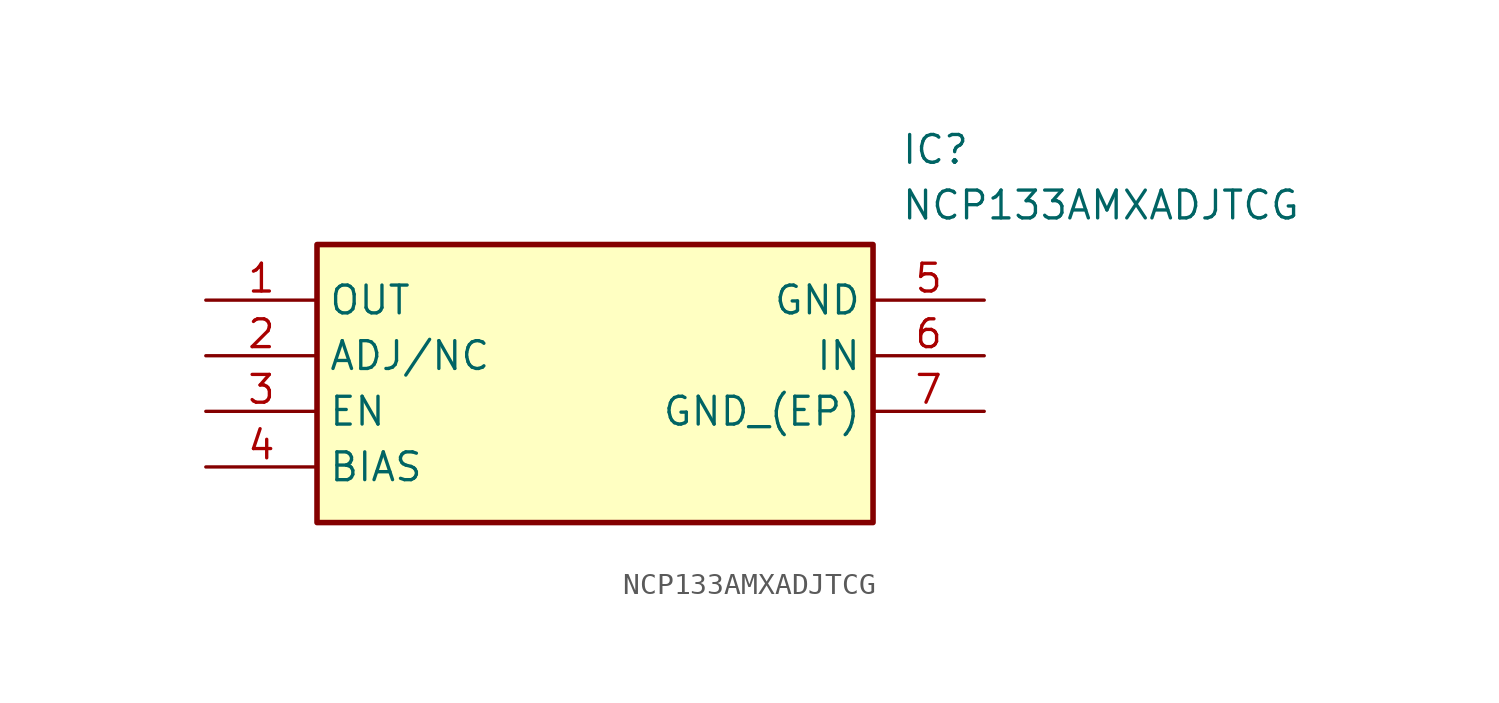
<source format=kicad_sym>
(kicad_symbol_lib
  (version 20231120)
  (generator "kicad_symbol_editor")
  (generator_version "8.0")
  (symbol "NCP133AMXADJTCG"
    (property "Reference" "IC"
      (at 31.75 7.62 0)
      (effects (font (size 1.27 1.27)) (justify left top)))
    (property "Value" "NCP133AMXADJTCG"
      (at 31.75 5.08 0)
      (effects (font (size 1.27 1.27)) (justify left top)))
    (symbol "NCP133AMXADJTCG_1_1"
      (rectangle (start 5.08 2.54) (end 30.48 -10.16) (stroke (width 0.254) (type default)) (fill (type background)))
      (pin power_out line (at 0 0 0) (length 5.08) (name "OUT" (effects (font (size 1.27 1.27)))) (number "1" (effects (font (size 1.27 1.27)))))
      (pin passive line (at 0 -2.54 0) (length 5.08) (name "ADJ/NC" (effects (font (size 1.27 1.27)))) (number "2" (effects (font (size 1.27 1.27)))))
      (pin passive line (at 0 -5.08 0) (length 5.08) (name "EN" (effects (font (size 1.27 1.27)))) (number "3" (effects (font (size 1.27 1.27)))))
      (pin passive line (at 0 -7.62 0) (length 5.08) (name "BIAS" (effects (font (size 1.27 1.27)))) (number "4" (effects (font (size 1.27 1.27)))))
      (pin power_in line (at 35.56 0 180) (length 5.08) (name "GND" (effects (font (size 1.27 1.27)))) (number "5" (effects (font (size 1.27 1.27)))))
      (pin input line (at 35.56 -2.54 180) (length 5.08) (name "IN" (effects (font (size 1.27 1.27)))) (number "6" (effects (font (size 1.27 1.27)))))
      (pin power_in line (at 35.56 -5.08 180) (length 5.08) (name "GND_(EP)" (effects (font (size 1.27 1.27)))) (number "7" (effects (font (size 1.27 1.27))))))))
</source>
